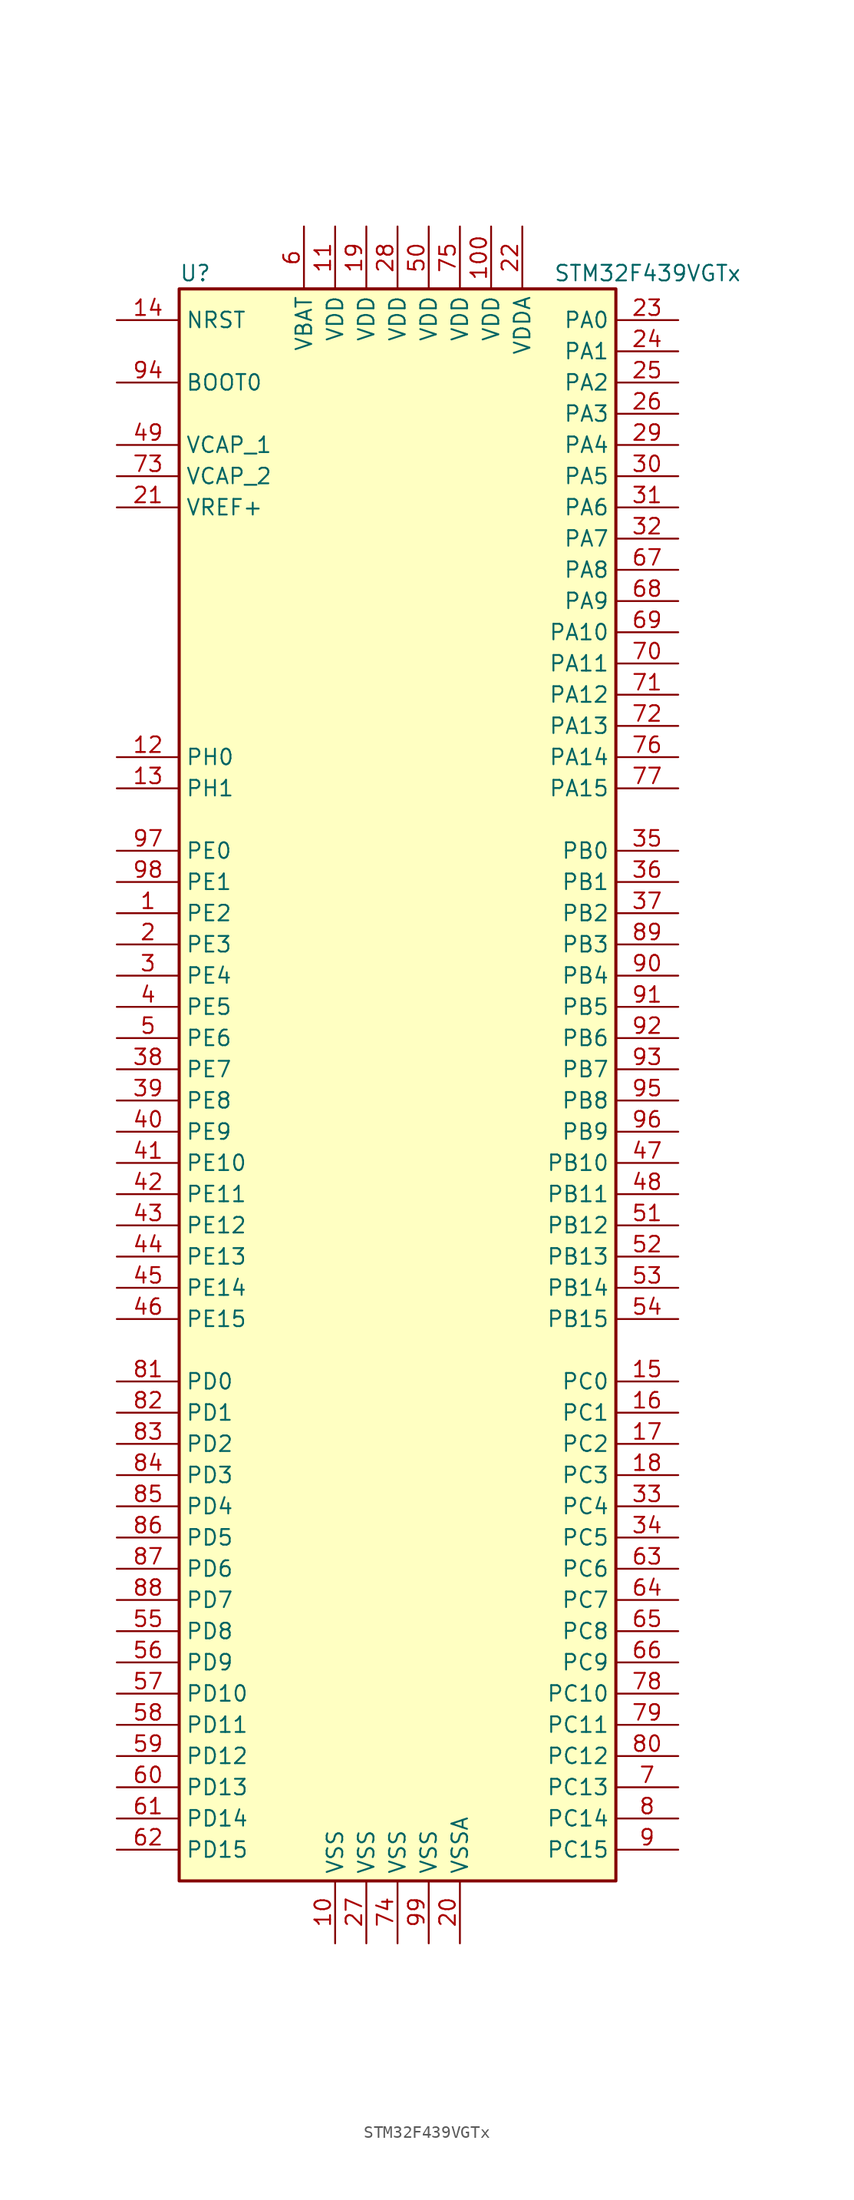
<source format=kicad_sym>
(kicad_symbol_lib
  (version 20201005)
  (generator kicad_symbol_editor)
  (symbol "STM32F439VGTx"
    (property "Reference" "U"
      (at -17.78 64.77 0)
      (effects (font (size 1.27 1.27)) (justify left)))
    (property "Value" "STM32F439VGTx"
      (at 12.7 64.77 0)
      (effects (font (size 1.27 1.27)) (justify left)))
    (symbol "STM32F439VGTx_0_1"
      (rectangle (start -17.78 -66.04) (end 17.78 63.5) (stroke (width 0.254)) (fill (type background))))
    (symbol "STM32F439VGTx_1_1"
      (pin bidirectional line (at -22.86 12.7 0) (length 5.08) (name "PE2" (effects (font (size 1.27 1.27)))) (number "1" (effects (font (size 1.27 1.27)))))
      (pin power_in line (at -5.08 -71.12 90) (length 5.08) (name "VSS" (effects (font (size 1.27 1.27)))) (number "10" (effects (font (size 1.27 1.27)))))
      (pin power_in line (at 7.62 68.58 270) (length 5.08) (name "VDD" (effects (font (size 1.27 1.27)))) (number "100" (effects (font (size 1.27 1.27)))))
      (pin power_in line (at -5.08 68.58 270) (length 5.08) (name "VDD" (effects (font (size 1.27 1.27)))) (number "11" (effects (font (size 1.27 1.27)))))
      (pin input line (at -22.86 25.4 0) (length 5.08) (name "PH0" (effects (font (size 1.27 1.27)))) (number "12" (effects (font (size 1.27 1.27)))))
      (pin input line (at -22.86 22.86 0) (length 5.08) (name "PH1" (effects (font (size 1.27 1.27)))) (number "13" (effects (font (size 1.27 1.27)))))
      (pin input line (at -22.86 60.96 0) (length 5.08) (name "NRST" (effects (font (size 1.27 1.27)))) (number "14" (effects (font (size 1.27 1.27)))))
      (pin bidirectional line (at 22.86 -25.4 180) (length 5.08) (name "PC0" (effects (font (size 1.27 1.27)))) (number "15" (effects (font (size 1.27 1.27)))))
      (pin bidirectional line (at 22.86 -27.94 180) (length 5.08) (name "PC1" (effects (font (size 1.27 1.27)))) (number "16" (effects (font (size 1.27 1.27)))))
      (pin bidirectional line (at 22.86 -30.48 180) (length 5.08) (name "PC2" (effects (font (size 1.27 1.27)))) (number "17" (effects (font (size 1.27 1.27)))))
      (pin bidirectional line (at 22.86 -33.02 180) (length 5.08) (name "PC3" (effects (font (size 1.27 1.27)))) (number "18" (effects (font (size 1.27 1.27)))))
      (pin power_in line (at -2.54 68.58 270) (length 5.08) (name "VDD" (effects (font (size 1.27 1.27)))) (number "19" (effects (font (size 1.27 1.27)))))
      (pin bidirectional line (at -22.86 10.16 0) (length 5.08) (name "PE3" (effects (font (size 1.27 1.27)))) (number "2" (effects (font (size 1.27 1.27)))))
      (pin power_in line (at 5.08 -71.12 90) (length 5.08) (name "VSSA" (effects (font (size 1.27 1.27)))) (number "20" (effects (font (size 1.27 1.27)))))
      (pin power_in line (at -22.86 45.72 0) (length 5.08) (name "VREF+" (effects (font (size 1.27 1.27)))) (number "21" (effects (font (size 1.27 1.27)))))
      (pin power_in line (at 10.16 68.58 270) (length 5.08) (name "VDDA" (effects (font (size 1.27 1.27)))) (number "22" (effects (font (size 1.27 1.27)))))
      (pin bidirectional line (at 22.86 60.96 180) (length 5.08) (name "PA0" (effects (font (size 1.27 1.27)))) (number "23" (effects (font (size 1.27 1.27)))))
      (pin bidirectional line (at 22.86 58.42 180) (length 5.08) (name "PA1" (effects (font (size 1.27 1.27)))) (number "24" (effects (font (size 1.27 1.27)))))
      (pin bidirectional line (at 22.86 55.88 180) (length 5.08) (name "PA2" (effects (font (size 1.27 1.27)))) (number "25" (effects (font (size 1.27 1.27)))))
      (pin bidirectional line (at 22.86 53.34 180) (length 5.08) (name "PA3" (effects (font (size 1.27 1.27)))) (number "26" (effects (font (size 1.27 1.27)))))
      (pin power_in line (at -2.54 -71.12 90) (length 5.08) (name "VSS" (effects (font (size 1.27 1.27)))) (number "27" (effects (font (size 1.27 1.27)))))
      (pin power_in line (at 0 68.58 270) (length 5.08) (name "VDD" (effects (font (size 1.27 1.27)))) (number "28" (effects (font (size 1.27 1.27)))))
      (pin bidirectional line (at 22.86 50.8 180) (length 5.08) (name "PA4" (effects (font (size 1.27 1.27)))) (number "29" (effects (font (size 1.27 1.27)))))
      (pin bidirectional line (at -22.86 7.62 0) (length 5.08) (name "PE4" (effects (font (size 1.27 1.27)))) (number "3" (effects (font (size 1.27 1.27)))))
      (pin bidirectional line (at 22.86 48.26 180) (length 5.08) (name "PA5" (effects (font (size 1.27 1.27)))) (number "30" (effects (font (size 1.27 1.27)))))
      (pin bidirectional line (at 22.86 45.72 180) (length 5.08) (name "PA6" (effects (font (size 1.27 1.27)))) (number "31" (effects (font (size 1.27 1.27)))))
      (pin bidirectional line (at 22.86 43.18 180) (length 5.08) (name "PA7" (effects (font (size 1.27 1.27)))) (number "32" (effects (font (size 1.27 1.27)))))
      (pin bidirectional line (at 22.86 -35.56 180) (length 5.08) (name "PC4" (effects (font (size 1.27 1.27)))) (number "33" (effects (font (size 1.27 1.27)))))
      (pin bidirectional line (at 22.86 -38.1 180) (length 5.08) (name "PC5" (effects (font (size 1.27 1.27)))) (number "34" (effects (font (size 1.27 1.27)))))
      (pin bidirectional line (at 22.86 17.78 180) (length 5.08) (name "PB0" (effects (font (size 1.27 1.27)))) (number "35" (effects (font (size 1.27 1.27)))))
      (pin bidirectional line (at 22.86 15.24 180) (length 5.08) (name "PB1" (effects (font (size 1.27 1.27)))) (number "36" (effects (font (size 1.27 1.27)))))
      (pin bidirectional line (at 22.86 12.7 180) (length 5.08) (name "PB2" (effects (font (size 1.27 1.27)))) (number "37" (effects (font (size 1.27 1.27)))))
      (pin bidirectional line (at -22.86 0 0) (length 5.08) (name "PE7" (effects (font (size 1.27 1.27)))) (number "38" (effects (font (size 1.27 1.27)))))
      (pin bidirectional line (at -22.86 -2.54 0) (length 5.08) (name "PE8" (effects (font (size 1.27 1.27)))) (number "39" (effects (font (size 1.27 1.27)))))
      (pin bidirectional line (at -22.86 5.08 0) (length 5.08) (name "PE5" (effects (font (size 1.27 1.27)))) (number "4" (effects (font (size 1.27 1.27)))))
      (pin bidirectional line (at -22.86 -5.08 0) (length 5.08) (name "PE9" (effects (font (size 1.27 1.27)))) (number "40" (effects (font (size 1.27 1.27)))))
      (pin bidirectional line (at -22.86 -7.62 0) (length 5.08) (name "PE10" (effects (font (size 1.27 1.27)))) (number "41" (effects (font (size 1.27 1.27)))))
      (pin bidirectional line (at -22.86 -10.16 0) (length 5.08) (name "PE11" (effects (font (size 1.27 1.27)))) (number "42" (effects (font (size 1.27 1.27)))))
      (pin bidirectional line (at -22.86 -12.7 0) (length 5.08) (name "PE12" (effects (font (size 1.27 1.27)))) (number "43" (effects (font (size 1.27 1.27)))))
      (pin bidirectional line (at -22.86 -15.24 0) (length 5.08) (name "PE13" (effects (font (size 1.27 1.27)))) (number "44" (effects (font (size 1.27 1.27)))))
      (pin bidirectional line (at -22.86 -17.78 0) (length 5.08) (name "PE14" (effects (font (size 1.27 1.27)))) (number "45" (effects (font (size 1.27 1.27)))))
      (pin bidirectional line (at -22.86 -20.32 0) (length 5.08) (name "PE15" (effects (font (size 1.27 1.27)))) (number "46" (effects (font (size 1.27 1.27)))))
      (pin bidirectional line (at 22.86 -7.62 180) (length 5.08) (name "PB10" (effects (font (size 1.27 1.27)))) (number "47" (effects (font (size 1.27 1.27)))))
      (pin bidirectional line (at 22.86 -10.16 180) (length 5.08) (name "PB11" (effects (font (size 1.27 1.27)))) (number "48" (effects (font (size 1.27 1.27)))))
      (pin power_in line (at -22.86 50.8 0) (length 5.08) (name "VCAP_1" (effects (font (size 1.27 1.27)))) (number "49" (effects (font (size 1.27 1.27)))))
      (pin bidirectional line (at -22.86 2.54 0) (length 5.08) (name "PE6" (effects (font (size 1.27 1.27)))) (number "5" (effects (font (size 1.27 1.27)))))
      (pin power_in line (at 2.54 68.58 270) (length 5.08) (name "VDD" (effects (font (size 1.27 1.27)))) (number "50" (effects (font (size 1.27 1.27)))))
      (pin bidirectional line (at 22.86 -12.7 180) (length 5.08) (name "PB12" (effects (font (size 1.27 1.27)))) (number "51" (effects (font (size 1.27 1.27)))))
      (pin bidirectional line (at 22.86 -15.24 180) (length 5.08) (name "PB13" (effects (font (size 1.27 1.27)))) (number "52" (effects (font (size 1.27 1.27)))))
      (pin bidirectional line (at 22.86 -17.78 180) (length 5.08) (name "PB14" (effects (font (size 1.27 1.27)))) (number "53" (effects (font (size 1.27 1.27)))))
      (pin bidirectional line (at 22.86 -20.32 180) (length 5.08) (name "PB15" (effects (font (size 1.27 1.27)))) (number "54" (effects (font (size 1.27 1.27)))))
      (pin bidirectional line (at -22.86 -45.72 0) (length 5.08) (name "PD8" (effects (font (size 1.27 1.27)))) (number "55" (effects (font (size 1.27 1.27)))))
      (pin bidirectional line (at -22.86 -48.26 0) (length 5.08) (name "PD9" (effects (font (size 1.27 1.27)))) (number "56" (effects (font (size 1.27 1.27)))))
      (pin bidirectional line (at -22.86 -50.8 0) (length 5.08) (name "PD10" (effects (font (size 1.27 1.27)))) (number "57" (effects (font (size 1.27 1.27)))))
      (pin bidirectional line (at -22.86 -53.34 0) (length 5.08) (name "PD11" (effects (font (size 1.27 1.27)))) (number "58" (effects (font (size 1.27 1.27)))))
      (pin bidirectional line (at -22.86 -55.88 0) (length 5.08) (name "PD12" (effects (font (size 1.27 1.27)))) (number "59" (effects (font (size 1.27 1.27)))))
      (pin power_in line (at -7.62 68.58 270) (length 5.08) (name "VBAT" (effects (font (size 1.27 1.27)))) (number "6" (effects (font (size 1.27 1.27)))))
      (pin bidirectional line (at -22.86 -58.42 0) (length 5.08) (name "PD13" (effects (font (size 1.27 1.27)))) (number "60" (effects (font (size 1.27 1.27)))))
      (pin bidirectional line (at -22.86 -60.96 0) (length 5.08) (name "PD14" (effects (font (size 1.27 1.27)))) (number "61" (effects (font (size 1.27 1.27)))))
      (pin bidirectional line (at -22.86 -63.5 0) (length 5.08) (name "PD15" (effects (font (size 1.27 1.27)))) (number "62" (effects (font (size 1.27 1.27)))))
      (pin bidirectional line (at 22.86 -40.64 180) (length 5.08) (name "PC6" (effects (font (size 1.27 1.27)))) (number "63" (effects (font (size 1.27 1.27)))))
      (pin bidirectional line (at 22.86 -43.18 180) (length 5.08) (name "PC7" (effects (font (size 1.27 1.27)))) (number "64" (effects (font (size 1.27 1.27)))))
      (pin bidirectional line (at 22.86 -45.72 180) (length 5.08) (name "PC8" (effects (font (size 1.27 1.27)))) (number "65" (effects (font (size 1.27 1.27)))))
      (pin bidirectional line (at 22.86 -48.26 180) (length 5.08) (name "PC9" (effects (font (size 1.27 1.27)))) (number "66" (effects (font (size 1.27 1.27)))))
      (pin bidirectional line (at 22.86 40.64 180) (length 5.08) (name "PA8" (effects (font (size 1.27 1.27)))) (number "67" (effects (font (size 1.27 1.27)))))
      (pin bidirectional line (at 22.86 38.1 180) (length 5.08) (name "PA9" (effects (font (size 1.27 1.27)))) (number "68" (effects (font (size 1.27 1.27)))))
      (pin bidirectional line (at 22.86 35.56 180) (length 5.08) (name "PA10" (effects (font (size 1.27 1.27)))) (number "69" (effects (font (size 1.27 1.27)))))
      (pin bidirectional line (at 22.86 -58.42 180) (length 5.08) (name "PC13" (effects (font (size 1.27 1.27)))) (number "7" (effects (font (size 1.27 1.27)))))
      (pin bidirectional line (at 22.86 33.02 180) (length 5.08) (name "PA11" (effects (font (size 1.27 1.27)))) (number "70" (effects (font (size 1.27 1.27)))))
      (pin bidirectional line (at 22.86 30.48 180) (length 5.08) (name "PA12" (effects (font (size 1.27 1.27)))) (number "71" (effects (font (size 1.27 1.27)))))
      (pin bidirectional line (at 22.86 27.94 180) (length 5.08) (name "PA13" (effects (font (size 1.27 1.27)))) (number "72" (effects (font (size 1.27 1.27)))))
      (pin power_in line (at -22.86 48.26 0) (length 5.08) (name "VCAP_2" (effects (font (size 1.27 1.27)))) (number "73" (effects (font (size 1.27 1.27)))))
      (pin power_in line (at 0 -71.12 90) (length 5.08) (name "VSS" (effects (font (size 1.27 1.27)))) (number "74" (effects (font (size 1.27 1.27)))))
      (pin power_in line (at 5.08 68.58 270) (length 5.08) (name "VDD" (effects (font (size 1.27 1.27)))) (number "75" (effects (font (size 1.27 1.27)))))
      (pin bidirectional line (at 22.86 25.4 180) (length 5.08) (name "PA14" (effects (font (size 1.27 1.27)))) (number "76" (effects (font (size 1.27 1.27)))))
      (pin bidirectional line (at 22.86 22.86 180) (length 5.08) (name "PA15" (effects (font (size 1.27 1.27)))) (number "77" (effects (font (size 1.27 1.27)))))
      (pin bidirectional line (at 22.86 -50.8 180) (length 5.08) (name "PC10" (effects (font (size 1.27 1.27)))) (number "78" (effects (font (size 1.27 1.27)))))
      (pin bidirectional line (at 22.86 -53.34 180) (length 5.08) (name "PC11" (effects (font (size 1.27 1.27)))) (number "79" (effects (font (size 1.27 1.27)))))
      (pin bidirectional line (at 22.86 -60.96 180) (length 5.08) (name "PC14" (effects (font (size 1.27 1.27)))) (number "8" (effects (font (size 1.27 1.27)))))
      (pin bidirectional line (at 22.86 -55.88 180) (length 5.08) (name "PC12" (effects (font (size 1.27 1.27)))) (number "80" (effects (font (size 1.27 1.27)))))
      (pin bidirectional line (at -22.86 -25.4 0) (length 5.08) (name "PD0" (effects (font (size 1.27 1.27)))) (number "81" (effects (font (size 1.27 1.27)))))
      (pin bidirectional line (at -22.86 -27.94 0) (length 5.08) (name "PD1" (effects (font (size 1.27 1.27)))) (number "82" (effects (font (size 1.27 1.27)))))
      (pin bidirectional line (at -22.86 -30.48 0) (length 5.08) (name "PD2" (effects (font (size 1.27 1.27)))) (number "83" (effects (font (size 1.27 1.27)))))
      (pin bidirectional line (at -22.86 -33.02 0) (length 5.08) (name "PD3" (effects (font (size 1.27 1.27)))) (number "84" (effects (font (size 1.27 1.27)))))
      (pin bidirectional line (at -22.86 -35.56 0) (length 5.08) (name "PD4" (effects (font (size 1.27 1.27)))) (number "85" (effects (font (size 1.27 1.27)))))
      (pin bidirectional line (at -22.86 -38.1 0) (length 5.08) (name "PD5" (effects (font (size 1.27 1.27)))) (number "86" (effects (font (size 1.27 1.27)))))
      (pin bidirectional line (at -22.86 -40.64 0) (length 5.08) (name "PD6" (effects (font (size 1.27 1.27)))) (number "87" (effects (font (size 1.27 1.27)))))
      (pin bidirectional line (at -22.86 -43.18 0) (length 5.08) (name "PD7" (effects (font (size 1.27 1.27)))) (number "88" (effects (font (size 1.27 1.27)))))
      (pin bidirectional line (at 22.86 10.16 180) (length 5.08) (name "PB3" (effects (font (size 1.27 1.27)))) (number "89" (effects (font (size 1.27 1.27)))))
      (pin bidirectional line (at 22.86 -63.5 180) (length 5.08) (name "PC15" (effects (font (size 1.27 1.27)))) (number "9" (effects (font (size 1.27 1.27)))))
      (pin bidirectional line (at 22.86 7.62 180) (length 5.08) (name "PB4" (effects (font (size 1.27 1.27)))) (number "90" (effects (font (size 1.27 1.27)))))
      (pin bidirectional line (at 22.86 5.08 180) (length 5.08) (name "PB5" (effects (font (size 1.27 1.27)))) (number "91" (effects (font (size 1.27 1.27)))))
      (pin bidirectional line (at 22.86 2.54 180) (length 5.08) (name "PB6" (effects (font (size 1.27 1.27)))) (number "92" (effects (font (size 1.27 1.27)))))
      (pin bidirectional line (at 22.86 0 180) (length 5.08) (name "PB7" (effects (font (size 1.27 1.27)))) (number "93" (effects (font (size 1.27 1.27)))))
      (pin input line (at -22.86 55.88 0) (length 5.08) (name "BOOT0" (effects (font (size 1.27 1.27)))) (number "94" (effects (font (size 1.27 1.27)))))
      (pin bidirectional line (at 22.86 -2.54 180) (length 5.08) (name "PB8" (effects (font (size 1.27 1.27)))) (number "95" (effects (font (size 1.27 1.27)))))
      (pin bidirectional line (at 22.86 -5.08 180) (length 5.08) (name "PB9" (effects (font (size 1.27 1.27)))) (number "96" (effects (font (size 1.27 1.27)))))
      (pin bidirectional line (at -22.86 17.78 0) (length 5.08) (name "PE0" (effects (font (size 1.27 1.27)))) (number "97" (effects (font (size 1.27 1.27)))))
      (pin bidirectional line (at -22.86 15.24 0) (length 5.08) (name "PE1" (effects (font (size 1.27 1.27)))) (number "98" (effects (font (size 1.27 1.27)))))
      (pin power_in line (at 2.54 -71.12 90) (length 5.08) (name "VSS" (effects (font (size 1.27 1.27)))) (number "99" (effects (font (size 1.27 1.27))))))))
</source>
